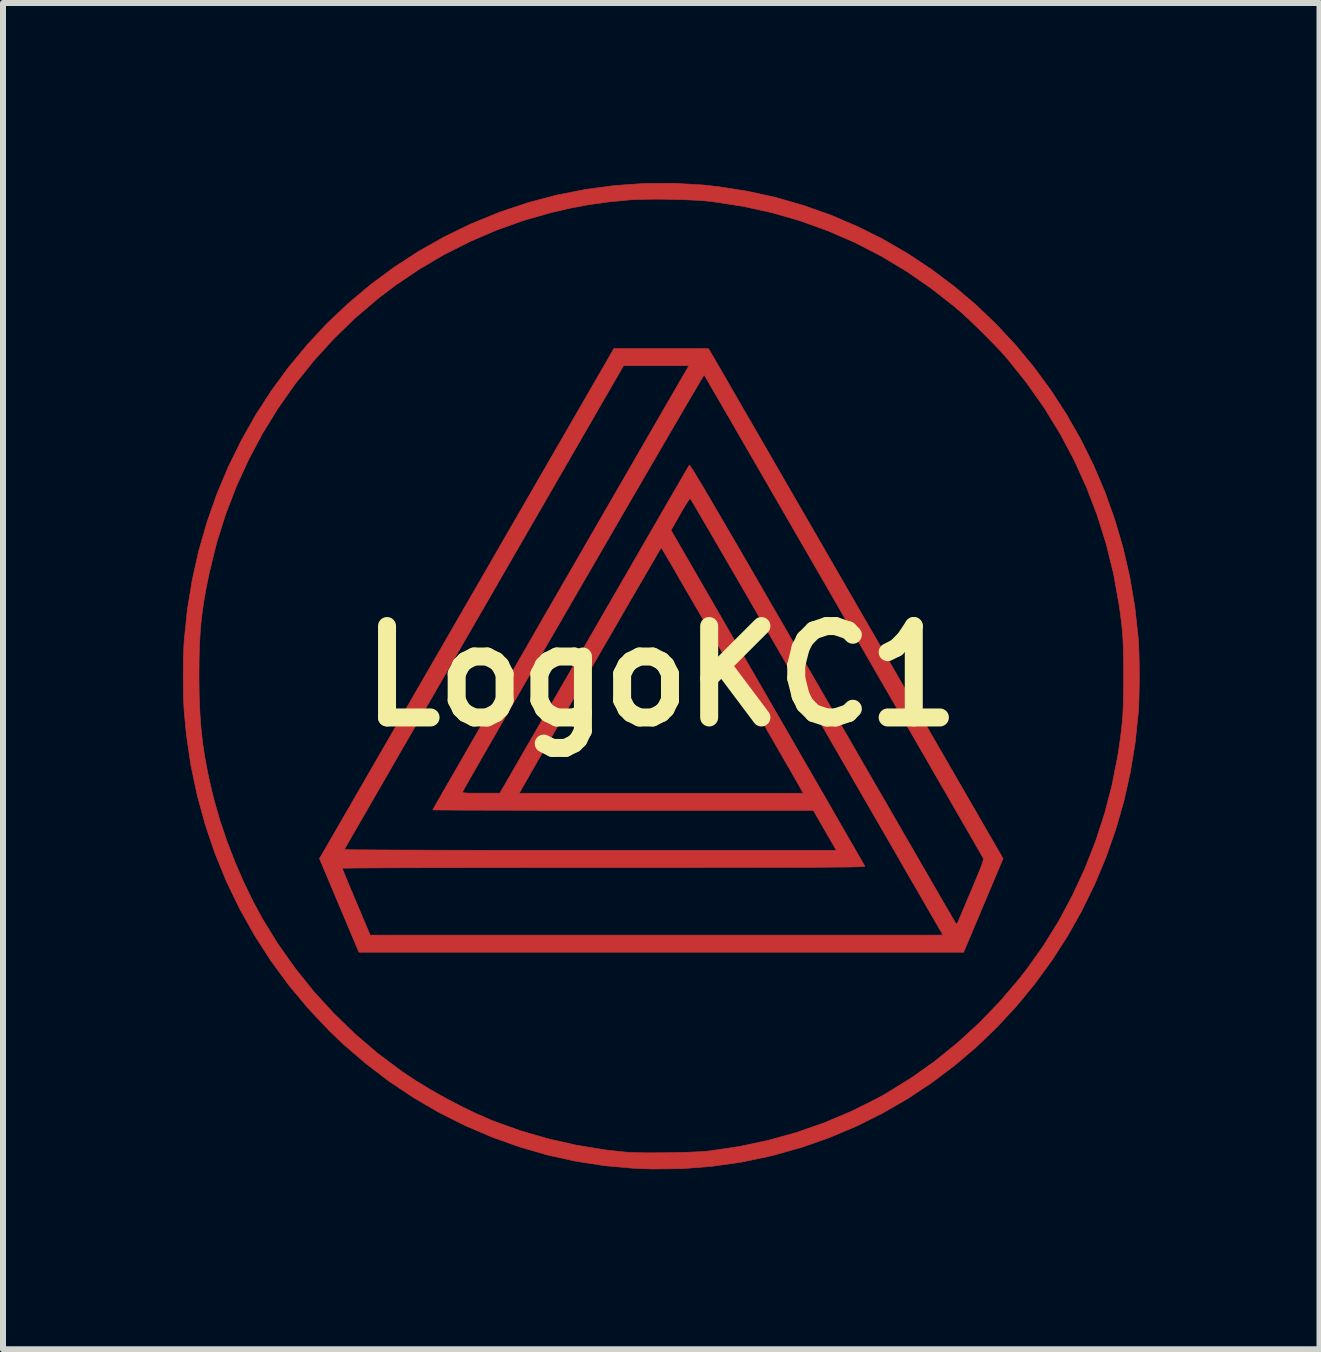
<source format=kicad_pcb>
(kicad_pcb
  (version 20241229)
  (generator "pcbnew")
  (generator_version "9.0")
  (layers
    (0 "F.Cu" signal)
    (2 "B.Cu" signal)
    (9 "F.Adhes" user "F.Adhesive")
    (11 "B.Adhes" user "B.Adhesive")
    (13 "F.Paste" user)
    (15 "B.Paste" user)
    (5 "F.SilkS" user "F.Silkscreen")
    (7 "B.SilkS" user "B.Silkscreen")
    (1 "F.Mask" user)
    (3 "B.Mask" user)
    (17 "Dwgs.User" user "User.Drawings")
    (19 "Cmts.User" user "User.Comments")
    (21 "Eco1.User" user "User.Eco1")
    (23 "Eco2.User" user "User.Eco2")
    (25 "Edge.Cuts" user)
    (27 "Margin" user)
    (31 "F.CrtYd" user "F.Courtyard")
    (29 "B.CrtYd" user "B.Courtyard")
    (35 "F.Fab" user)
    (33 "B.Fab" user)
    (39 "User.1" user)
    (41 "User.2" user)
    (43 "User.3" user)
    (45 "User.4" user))
  (footprint "LogoKC1"
    (layer "F.Cu")
    (at 7.974 8.221)
    (property "Reference" "LogoKC1" (at 0 0 0) (layer "F.SilkS") (effects (font (size 1.524 1.524) (thickness 0.3))))
    (attr through_hole)
    (fp_poly (pts (xy 0.689 -8.188) (xy 0.945 -8.16) (xy 1.433 -8.084) (xy 1.91 -7.979) (xy 2.375 -7.845) (xy 2.829 -7.684) (xy 3.269 -7.496) (xy 3.695 -7.283) (xy 4.106 -7.045) (xy 4.501 -6.783) (xy 4.88 -6.499) (xy 5.241 -6.193) (xy 5.583 -5.866) (xy 5.907 -5.519) (xy 6.21 -5.152) (xy 6.493 -4.768) (xy 6.753 -4.367) (xy 6.991 -3.949) (xy 7.206 -3.516) (xy 7.396 -3.069) (xy 7.56 -2.608) (xy 7.699 -2.135) (xy 7.81 -1.65) (xy 7.894 -1.154) (xy 7.949 -0.649) (xy 7.953 -0.595) (xy 7.96 -0.473) (xy 7.965 -0.327) (xy 7.968 -0.166) (xy 7.969 0.004) (xy 7.967 0.173) (xy 7.964 0.334) (xy 7.96 0.479) (xy 7.953 0.595) (xy 7.901 1.102) (xy 7.82 1.599) (xy 7.711 2.087) (xy 7.574 2.563) (xy 7.411 3.027) (xy 7.222 3.478) (xy 7.008 3.915) (xy 6.771 4.337) (xy 6.51 4.742) (xy 6.226 5.131) (xy 5.922 5.501) (xy 5.596 5.853) (xy 5.251 6.184) (xy 4.886 6.494) (xy 4.504 6.782) (xy 4.103 7.047) (xy 3.687 7.287) (xy 3.254 7.503) (xy 2.807 7.692) (xy 2.346 7.854) (xy 1.871 7.988) (xy 1.818 8.001) (xy 1.332 8.103) (xy 0.844 8.172) (xy 0.353 8.211) (xy -0.143 8.217) (xy -0.459 8.205) (xy -0.944 8.162) (xy -1.424 8.088) (xy -1.898 7.983) (xy -2.364 7.848) (xy -2.822 7.685) (xy -3.27 7.493) (xy -3.706 7.274) (xy -4.129 7.028) (xy -4.537 6.755) (xy -4.929 6.456) (xy -5.304 6.133) (xy -5.541 5.906) (xy -5.89 5.535) (xy -6.215 5.145) (xy -6.513 4.738) (xy -6.785 4.314) (xy -7.031 3.874) (xy -7.25 3.42) (xy -7.441 2.953) (xy -7.603 2.473) (xy -7.737 1.982) (xy -7.842 1.482) (xy -7.917 0.972) (xy -7.953 0.595) (xy -7.96 0.473) (xy -7.965 0.327) (xy -7.968 0.166) (xy -7.969 0) (xy -7.707 0) (xy -7.704 0.315) (xy -7.692 0.605) (xy -7.672 0.879) (xy -7.642 1.143) (xy -7.601 1.405) (xy -7.549 1.67) (xy -7.485 1.947) (xy -7.452 2.08) (xy -7.356 2.412) (xy -7.24 2.755) (xy -7.107 3.099) (xy -6.96 3.437) (xy -6.804 3.76) (xy -6.652 4.04) (xy -6.391 4.465) (xy -6.103 4.872) (xy -5.792 5.26) (xy -5.457 5.626) (xy -5.1 5.971) (xy -4.723 6.293) (xy -4.329 6.587) (xy -4.106 6.736) (xy -3.863 6.885) (xy -3.607 7.03) (xy -3.346 7.167) (xy -3.09 7.291) (xy -2.845 7.398) (xy -2.786 7.422) (xy -2.342 7.581) (xy -1.884 7.714) (xy -1.414 7.82) (xy -0.938 7.898) (xy -0.587 7.936) (xy -0.501 7.942) (xy -0.389 7.945) (xy -0.256 7.947) (xy -0.11 7.947) (xy 0.045 7.946) (xy 0.203 7.944) (xy 0.357 7.94) (xy 0.503 7.935) (xy 0.633 7.929) (xy 0.743 7.921) (xy 0.818 7.914) (xy 1.305 7.841) (xy 1.785 7.739) (xy 2.256 7.607) (xy 2.715 7.447) (xy 3.161 7.259) (xy 3.592 7.045) (xy 3.754 6.954) (xy 4.165 6.7) (xy 4.562 6.419) (xy 4.941 6.111) (xy 5.304 5.779) (xy 5.646 5.423) (xy 5.968 5.046) (xy 6.096 4.882) (xy 6.372 4.493) (xy 6.626 4.083) (xy 6.855 3.655) (xy 7.06 3.212) (xy 7.239 2.757) (xy 7.391 2.291) (xy 7.514 1.818) (xy 7.608 1.341) (xy 7.628 1.214) (xy 7.649 1.07) (xy 7.666 0.941) (xy 7.679 0.823) (xy 7.69 0.708) (xy 7.697 0.592) (xy 7.702 0.468) (xy 7.705 0.329) (xy 7.707 0.171) (xy 7.707 0) (xy 7.707 -0.182) (xy 7.705 -0.339) (xy 7.702 -0.476) (xy 7.697 -0.6) (xy 7.689 -0.716) (xy 7.679 -0.83) (xy 7.665 -0.949) (xy 7.648 -1.079) (xy 7.628 -1.214) (xy 7.539 -1.71) (xy 7.419 -2.197) (xy 7.269 -2.676) (xy 7.09 -3.144) (xy 6.883 -3.6) (xy 6.647 -4.043) (xy 6.384 -4.472) (xy 6.093 -4.885) (xy 5.777 -5.281) (xy 5.765 -5.294) (xy 5.681 -5.39) (xy 5.577 -5.5) (xy 5.461 -5.62) (xy 5.338 -5.743) (xy 5.213 -5.865) (xy 5.092 -5.979) (xy 4.981 -6.08) (xy 4.89 -6.158) (xy 4.493 -6.469) (xy 4.083 -6.752) (xy 3.66 -7.005) (xy 3.225 -7.229) (xy 2.778 -7.423) (xy 2.318 -7.589) (xy 1.847 -7.725) (xy 1.365 -7.831) (xy 0.872 -7.907) (xy 0.818 -7.914) (xy 0.702 -7.925) (xy 0.563 -7.934) (xy 0.405 -7.941) (xy 0.236 -7.947) (xy 0.064 -7.95) (xy -0.105 -7.951) (xy -0.264 -7.949) (xy -0.407 -7.945) (xy -0.524 -7.939) (xy -0.871 -7.906) (xy -1.202 -7.86) (xy -1.528 -7.799) (xy -1.832 -7.728) (xy -2.292 -7.597) (xy -2.744 -7.436) (xy -3.187 -7.245) (xy -3.618 -7.028) (xy -4.034 -6.784) (xy -4.433 -6.514) (xy -4.724 -6.293) (xy -5.104 -5.969) (xy -5.461 -5.623) (xy -5.794 -5.256) (xy -6.104 -4.87) (xy -6.388 -4.466) (xy -6.648 -4.045) (xy -6.88 -3.608) (xy -7.086 -3.156) (xy -7.265 -2.691) (xy -7.415 -2.213) (xy -7.535 -1.724) (xy -7.546 -1.673) (xy -7.589 -1.459) (xy -7.624 -1.262) (xy -7.651 -1.074) (xy -7.673 -0.889) (xy -7.688 -0.701) (xy -7.699 -0.503) (xy -7.705 -0.287) (xy -7.707 -0.048) (xy -7.707 0) (xy -7.969 0) (xy -7.969 -0.004) (xy -7.968 -0.173) (xy -7.965 -0.334) (xy -7.96 -0.479) (xy -7.953 -0.595) (xy -7.901 -1.103) (xy -7.819 -1.602) (xy -7.71 -2.091) (xy -7.572 -2.569) (xy -7.408 -3.036) (xy -7.217 -3.49) (xy -7.001 -3.929) (xy -6.761 -4.354) (xy -6.497 -4.762) (xy -6.21 -5.153) (xy -5.9 -5.526) (xy -5.57 -5.88) (xy -5.218 -6.213) (xy -4.847 -6.525) (xy -4.457 -6.814) (xy -4.049 -7.079) (xy -3.623 -7.32) (xy -3.181 -7.535) (xy -2.722 -7.723) (xy -2.69 -7.736) (xy -2.222 -7.892) (xy -1.746 -8.018) (xy -1.264 -8.113) (xy -0.778 -8.178) (xy -0.289 -8.212) (xy 0.2 -8.216) (xy 0.689 -8.188)) (stroke (width 0.01) (type solid)) (fill yes) (layer "F.Cu"))
    (fp_poly (pts (xy -0.001 -5.461) (xy 0.786 -5.46) (xy 0.861 -5.333) (xy 0.875 -5.309) (xy 0.904 -5.259) (xy 0.948 -5.183) (xy 1.006 -5.083) (xy 1.077 -4.96) (xy 1.16 -4.815) (xy 1.256 -4.649) (xy 1.363 -4.464) (xy 1.481 -4.26) (xy 1.61 -4.038) (xy 1.747 -3.8) (xy 1.893 -3.547) (xy 2.048 -3.279) (xy 2.21 -2.998) (xy 2.379 -2.705) (xy 2.555 -2.402) (xy 2.736 -2.088) (xy 2.922 -1.766) (xy 3.112 -1.436) (xy 3.306 -1.1) (xy 3.317 -1.082) (xy 5.698 3.042) (xy 5.04 4.603) (xy 0 4.603) (xy -5.04 4.603) (xy -5.369 3.823) (xy -5.63 3.203) (xy -5.318 3.203) (xy -5.313 3.22) (xy -5.296 3.262) (xy -5.269 3.328) (xy -5.234 3.413) (xy -5.192 3.514) (xy -5.144 3.627) (xy -5.092 3.751) (xy -5.086 3.766) (xy -4.853 4.318) (xy 4.697 4.318) (xy 4.58 4.116) (xy 4.562 4.084) (xy 4.528 4.026) (xy 4.48 3.943) (xy 4.418 3.836) (xy 4.344 3.707) (xy 4.257 3.556) (xy 4.158 3.386) (xy 4.049 3.197) (xy 3.93 2.99) (xy 3.801 2.767) (xy 3.664 2.53) (xy 3.519 2.278) (xy 3.366 2.015) (xy 3.208 1.74) (xy 3.043 1.455) (xy 2.874 1.162) (xy 2.7 0.861) (xy 2.523 0.554) (xy 2.478 0.477) (xy 2.302 0.171) (xy 2.13 -0.127) (xy 1.962 -0.417) (xy 1.8 -0.697) (xy 1.644 -0.967) (xy 1.495 -1.224) (xy 1.353 -1.469) (xy 1.22 -1.699) (xy 1.095 -1.914) (xy 0.98 -2.112) (xy 0.875 -2.293) (xy 0.781 -2.455) (xy 0.698 -2.596) (xy 0.628 -2.716) (xy 0.571 -2.814) (xy 0.527 -2.889) (xy 0.497 -2.938) (xy 0.483 -2.962) (xy 0.481 -2.964) (xy 0.47 -2.952) (xy 0.445 -2.916) (xy 0.411 -2.861) (xy 0.368 -2.791) (xy 0.321 -2.71) (xy 0.315 -2.7) (xy 0.162 -2.432) (xy 1.773 0.358) (xy 1.932 0.633) (xy 2.087 0.901) (xy 2.236 1.16) (xy 2.38 1.41) (xy 2.518 1.648) (xy 2.648 1.874) (xy 2.771 2.087) (xy 2.884 2.284) (xy 2.988 2.465) (xy 3.082 2.628) (xy 3.165 2.773) (xy 3.237 2.897) (xy 3.296 2.999) (xy 3.341 3.079) (xy 3.373 3.134) (xy 3.39 3.164) (xy 3.392 3.169) (xy 3.389 3.172) (xy 3.378 3.174) (xy 3.357 3.175) (xy 3.326 3.177) (xy 3.283 3.179) (xy 3.227 3.18) (xy 3.158 3.182) (xy 3.074 3.183) (xy 2.975 3.184) (xy 2.859 3.185) (xy 2.726 3.186) (xy 2.573 3.187) (xy 2.401 3.188) (xy 2.208 3.188) (xy 1.994 3.189) (xy 1.756 3.189) (xy 1.495 3.19) (xy 1.209 3.19) (xy 0.897 3.19) (xy 0.558 3.191) (xy 0.192 3.191) (xy -0.204 3.191) (xy -0.63 3.191) (xy -0.959 3.191) (xy -1.329 3.191) (xy -1.69 3.191) (xy -2.042 3.191) (xy -2.383 3.192) (xy -2.712 3.192) (xy -3.027 3.192) (xy -3.328 3.193) (xy -3.612 3.193) (xy -3.879 3.194) (xy -4.128 3.195) (xy -4.357 3.195) (xy -4.564 3.196) (xy -4.75 3.197) (xy -4.911 3.198) (xy -5.047 3.199) (xy -5.158 3.2) (xy -5.24 3.201) (xy -5.294 3.202) (xy -5.317 3.203) (xy -5.318 3.203) (xy -5.63 3.203) (xy -5.698 3.042) (xy -5.61 2.891) (xy -5.284 2.891) (xy -5.269 2.892) (xy -5.223 2.894) (xy -5.147 2.895) (xy -5.042 2.896) (xy -4.909 2.897) (xy -4.75 2.898) (xy -4.564 2.899) (xy -4.353 2.9) (xy -4.118 2.901) (xy -3.86 2.902) (xy -3.579 2.903) (xy -3.278 2.903) (xy -2.955 2.904) (xy -2.614 2.904) (xy -2.254 2.905) (xy -1.876 2.905) (xy -1.482 2.905) (xy -1.185 2.905) (xy 2.919 2.905) (xy 2.727 2.572) (xy 2.535 2.238) (xy -0.637 2.238) (xy -0.952 2.238) (xy -1.259 2.238) (xy -1.555 2.238) (xy -1.84 2.238) (xy -2.111 2.237) (xy -2.368 2.237) (xy -2.609 2.236) (xy -2.833 2.236) (xy -3.037 2.235) (xy -3.221 2.235) (xy -3.383 2.234) (xy -3.521 2.233) (xy -3.634 2.232) (xy -3.72 2.232) (xy -3.778 2.231) (xy -3.807 2.23) (xy -3.81 2.23) (xy -3.802 2.215) (xy -3.779 2.175) (xy -3.742 2.11) (xy -3.691 2.022) (xy -3.652 1.953) (xy -2.368 1.953) (xy 2.368 1.953) (xy 2.315 1.859) (xy 2.279 1.795) (xy 2.23 1.71) (xy 2.17 1.604) (xy 2.099 1.481) (xy 2.018 1.341) (xy 1.929 1.186) (xy 1.832 1.019) (xy 1.73 0.841) (xy 1.622 0.654) (xy 1.51 0.46) (xy 1.395 0.26) (xy 1.277 0.058) (xy 1.159 -0.147) (xy 1.041 -0.351) (xy 0.924 -0.553) (xy 0.81 -0.751) (xy 0.698 -0.943) (xy 0.592 -1.127) (xy 0.49 -1.302) (xy 0.395 -1.465) (xy 0.308 -1.615) (xy 0.23 -1.751) (xy 0.161 -1.869) (xy 0.103 -1.968) (xy 0.057 -2.047) (xy 0.024 -2.103) (xy 0.004 -2.135) (xy 0 -2.142) (xy -0.008 -2.129) (xy -0.032 -2.09) (xy -0.069 -2.027) (xy -0.118 -1.942) (xy -0.179 -1.837) (xy -0.251 -1.714) (xy -0.332 -1.574) (xy -0.422 -1.42) (xy -0.519 -1.253) (xy -0.622 -1.075) (xy -0.73 -0.888) (xy -0.842 -0.694) (xy -0.958 -0.495) (xy -1.075 -0.292) (xy -1.193 -0.088) (xy -1.311 0.116) (xy -1.428 0.318) (xy -1.542 0.516) (xy -1.653 0.709) (xy -1.76 0.893) (xy -1.861 1.069) (xy -1.956 1.232) (xy -2.043 1.383) (xy -2.121 1.519) (xy -2.189 1.638) (xy -2.246 1.738) (xy -2.292 1.818) (xy -2.315 1.859) (xy -2.368 1.953) (xy -3.652 1.953) (xy -3.642 1.936) (xy -3.312 1.936) (xy -3.303 1.943) (xy -3.28 1.947) (xy -3.24 1.95) (xy -3.179 1.952) (xy -3.093 1.952) (xy -3.006 1.952) (xy -2.691 1.952) (xy -1.12 -0.772) (xy -0.963 -1.044) (xy -0.81 -1.309) (xy -0.662 -1.565) (xy -0.52 -1.811) (xy -0.384 -2.047) (xy -0.256 -2.269) (xy -0.135 -2.478) (xy -0.023 -2.671) (xy 0.079 -2.849) (xy 0.171 -3.008) (xy 0.253 -3.148) (xy 0.322 -3.268) (xy 0.379 -3.366) (xy 0.422 -3.441) (xy 0.452 -3.491) (xy 0.466 -3.516) (xy 0.468 -3.518) (xy 0.473 -3.514) (xy 0.486 -3.496) (xy 0.508 -3.464) (xy 0.537 -3.417) (xy 0.576 -3.355) (xy 0.623 -3.276) (xy 0.681 -3.18) (xy 0.748 -3.066) (xy 0.826 -2.933) (xy 0.915 -2.782) (xy 1.015 -2.61) (xy 1.127 -2.418) (xy 1.252 -2.205) (xy 1.388 -1.969) (xy 1.538 -1.711) (xy 1.701 -1.429) (xy 1.878 -1.123) (xy 2.069 -0.793) (xy 2.275 -0.436) (xy 2.496 -0.054) (xy 2.69 0.282) (xy 2.876 0.604) (xy 3.058 0.92) (xy 3.235 1.227) (xy 3.407 1.525) (xy 3.573 1.813) (xy 3.733 2.089) (xy 3.885 2.352) (xy 4.029 2.602) (xy 4.165 2.837) (xy 4.291 3.055) (xy 4.408 3.257) (xy 4.514 3.441) (xy 4.609 3.605) (xy 4.692 3.749) (xy 4.763 3.871) (xy 4.821 3.97) (xy 4.865 4.046) (xy 4.895 4.097) (xy 4.909 4.122) (xy 4.911 4.124) (xy 4.924 4.132) (xy 4.939 4.113) (xy 4.949 4.093) (xy 4.96 4.066) (xy 4.982 4.013) (xy 5.013 3.939) (xy 5.052 3.848) (xy 5.096 3.743) (xy 5.145 3.628) (xy 5.177 3.552) (xy 5.233 3.418) (xy 5.278 3.31) (xy 5.313 3.225) (xy 5.338 3.16) (xy 5.355 3.112) (xy 5.365 3.078) (xy 5.368 3.054) (xy 5.367 3.038) (xy 5.364 3.028) (xy 5.353 3.009) (xy 5.326 2.963) (xy 5.286 2.892) (xy 5.232 2.799) (xy 5.166 2.683) (xy 5.087 2.547) (xy 4.997 2.391) (xy 4.897 2.218) (xy 4.788 2.027) (xy 4.669 1.822) (xy 4.542 1.602) (xy 4.408 1.369) (xy 4.267 1.125) (xy 4.12 0.871) (xy 3.969 0.608) (xy 3.813 0.338) (xy 3.653 0.061) (xy 3.49 -0.221) (xy 3.326 -0.506) (xy 3.16 -0.793) (xy 2.993 -1.081) (xy 2.827 -1.369) (xy 2.662 -1.655) (xy 2.498 -1.939) (xy 2.337 -2.217) (xy 2.179 -2.491) (xy 2.025 -2.757) (xy 1.876 -3.015) (xy 1.733 -3.263) (xy 1.596 -3.5) (xy 1.465 -3.726) (xy 1.343 -3.937) (xy 1.229 -4.134) (xy 1.125 -4.315) (xy 1.03 -4.478) (xy 0.947 -4.622) (xy 0.875 -4.746) (xy 0.815 -4.849) (xy 0.769 -4.929) (xy 0.736 -4.985) (xy 0.718 -5.016) (xy 0.715 -5.021) (xy 0.706 -5.009) (xy 0.683 -4.97) (xy 0.645 -4.906) (xy 0.594 -4.82) (xy 0.53 -4.711) (xy 0.454 -4.582) (xy 0.367 -4.434) (xy 0.271 -4.268) (xy 0.164 -4.086) (xy 0.05 -3.889) (xy -0.072 -3.679) (xy -0.202 -3.457) (xy -0.337 -3.224) (xy -0.478 -2.982) (xy -0.623 -2.733) (xy -0.771 -2.477) (xy -0.923 -2.215) (xy -1.076 -1.951) (xy -1.231 -1.684) (xy -1.386 -1.417) (xy -1.54 -1.15) (xy -1.693 -0.885) (xy -1.845 -0.624) (xy -1.993 -0.368) (xy -2.137 -0.118) (xy -2.277 0.124) (xy -2.412 0.357) (xy -2.54 0.58) (xy -2.662 0.791) (xy -2.775 0.988) (xy -2.88 1.17) (xy -2.976 1.336) (xy -3.061 1.485) (xy -3.135 1.615) (xy -3.198 1.724) (xy -3.247 1.811) (xy -3.284 1.876) (xy -3.305 1.915) (xy -3.312 1.928) (xy -3.312 1.936) (xy -3.642 1.936) (xy -3.628 1.911) (xy -3.553 1.78) (xy -3.466 1.63) (xy -3.369 1.462) (xy -3.263 1.277) (xy -3.148 1.077) (xy -3.025 0.864) (xy -2.895 0.638) (xy -2.758 0.401) (xy -2.616 0.154) (xy -2.469 -0.1) (xy -2.318 -0.362) (xy -2.164 -0.629) (xy -2.008 -0.901) (xy -1.85 -1.175) (xy -1.691 -1.451) (xy -1.532 -1.726) (xy -1.373 -2) (xy -1.217 -2.272) (xy -1.062 -2.539) (xy -0.911 -2.801) (xy -0.764 -3.056) (xy -0.621 -3.303) (xy -0.484 -3.541) (xy -0.354 -3.767) (xy -0.23 -3.981) (xy -0.114 -4.181) (xy -0.007 -4.366) (xy 0.09 -4.535) (xy 0.178 -4.686) (xy 0.254 -4.818) (xy 0.318 -4.929) (xy 0.37 -5.018) (xy 0.408 -5.084) (xy 0.432 -5.125) (xy 0.441 -5.14) (xy 0.464 -5.175) (xy -0.629 -5.175) (xy -2.954 -1.149) (xy -3.145 -0.818) (xy -3.332 -0.494) (xy -3.514 -0.179) (xy -3.691 0.128) (xy -3.862 0.424) (xy -4.026 0.709) (xy -4.183 0.981) (xy -4.333 1.239) (xy -4.473 1.483) (xy -4.605 1.712) (xy -4.727 1.923) (xy -4.839 2.117) (xy -4.939 2.291) (xy -5.028 2.446) (xy -5.105 2.579) (xy -5.169 2.69) (xy -5.219 2.778) (xy -5.256 2.841) (xy -5.277 2.879) (xy -5.284 2.891) (xy -5.61 2.891) (xy -3.243 -1.209) (xy -0.789 -5.461) (xy -0.001 -5.461)) (stroke (width 0.01) (type solid)) (fill yes) (layer "F.Cu")))
  (gr_rect
    (start -3 -3)
    (end 18.947 19.443)
    (stroke (width 0.1) (type default))
    (fill no)
    (layer "Edge.Cuts")))
</source>
